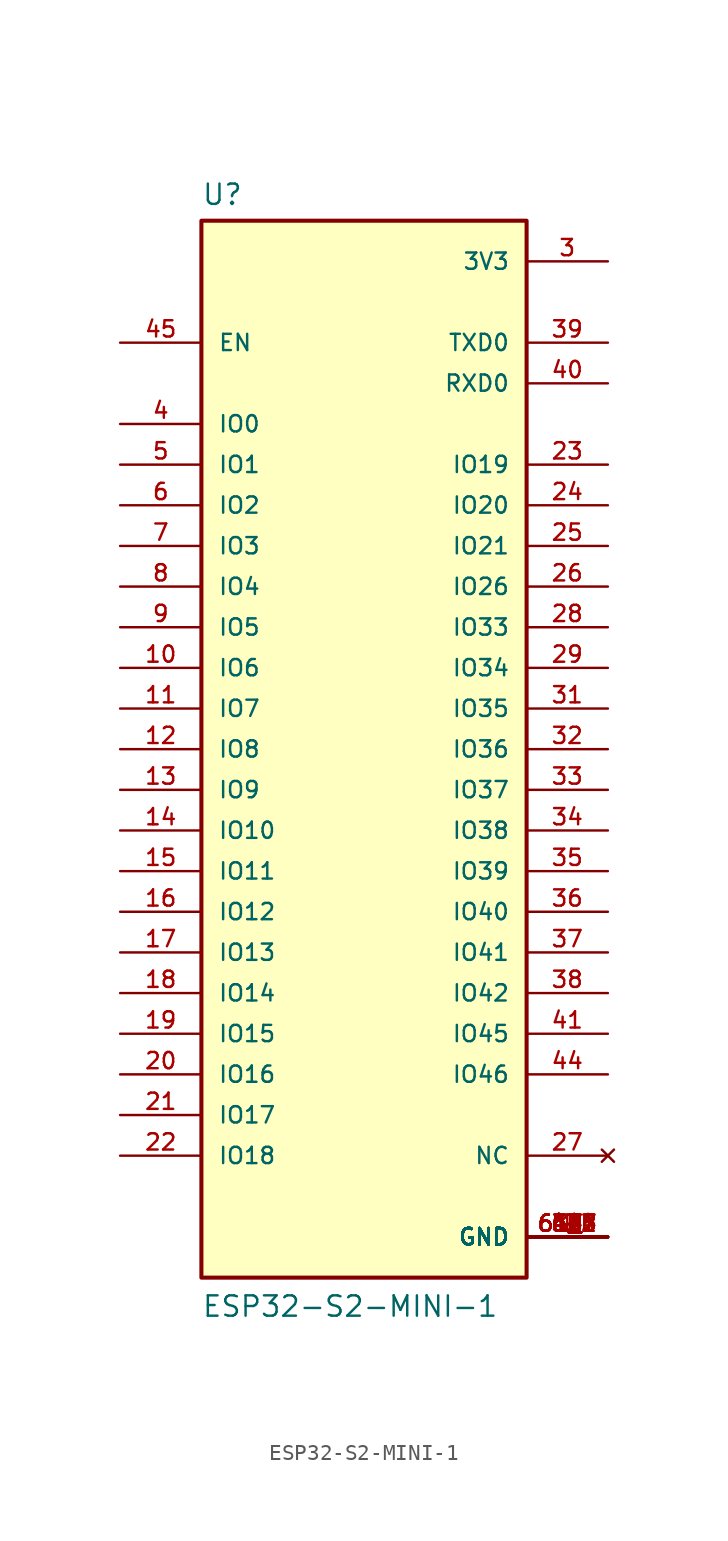
<source format=kicad_sym>
(kicad_symbol_lib
  (version 20211014)
  (generator kicad_symbol_editor)
  (symbol "ESP32-S2-MINI-1"
    (pin_names
      (offset 1.016))
    (property "Reference" "U"
      (at -10.16 33.909 0)
      (effects (font (size 1.27 1.27)) (justify left bottom)))
    (property "Value" "ESP32-S2-MINI-1"
      (at -10.16 -35.56 0)
      (effects (font (size 1.27 1.27)) (justify left bottom)))
    (property "ki_locked" ""
      (at 0 0 0)
      (effects (font (size 1.27 1.27))))
    (symbol "ESP32-S2-MINI-1_0_0"
      (rectangle (start -10.16 -33.02) (end 10.16 33.02) (stroke (width 0.254) (type default) (color 0 0 0 0)) (fill (type background)))
      (pin power_in line (at 15.24 -30.48 180) (length 5.08) (name "GND" (effects (font (size 1.016 1.016)))) (number "1" (effects (font (size 1.016 1.016)))))
      (pin bidirectional line (at -15.24 5.08 0) (length 5.08) (name "IO6" (effects (font (size 1.016 1.016)))) (number "10" (effects (font (size 1.016 1.016)))))
      (pin bidirectional line (at -15.24 2.54 0) (length 5.08) (name "IO7" (effects (font (size 1.016 1.016)))) (number "11" (effects (font (size 1.016 1.016)))))
      (pin bidirectional line (at -15.24 0 0) (length 5.08) (name "IO8" (effects (font (size 1.016 1.016)))) (number "12" (effects (font (size 1.016 1.016)))))
      (pin bidirectional line (at -15.24 -2.54 0) (length 5.08) (name "IO9" (effects (font (size 1.016 1.016)))) (number "13" (effects (font (size 1.016 1.016)))))
      (pin bidirectional line (at -15.24 -5.08 0) (length 5.08) (name "IO10" (effects (font (size 1.016 1.016)))) (number "14" (effects (font (size 1.016 1.016)))))
      (pin bidirectional line (at -15.24 -7.62 0) (length 5.08) (name "IO11" (effects (font (size 1.016 1.016)))) (number "15" (effects (font (size 1.016 1.016)))))
      (pin bidirectional line (at -15.24 -10.16 0) (length 5.08) (name "IO12" (effects (font (size 1.016 1.016)))) (number "16" (effects (font (size 1.016 1.016)))))
      (pin bidirectional line (at -15.24 -12.7 0) (length 5.08) (name "IO13" (effects (font (size 1.016 1.016)))) (number "17" (effects (font (size 1.016 1.016)))))
      (pin bidirectional line (at -15.24 -15.24 0) (length 5.08) (name "IO14" (effects (font (size 1.016 1.016)))) (number "18" (effects (font (size 1.016 1.016)))))
      (pin bidirectional line (at -15.24 -17.78 0) (length 5.08) (name "IO15" (effects (font (size 1.016 1.016)))) (number "19" (effects (font (size 1.016 1.016)))))
      (pin power_in line (at 15.24 -30.48 180) (length 5.08) (name "GND" (effects (font (size 1.016 1.016)))) (number "2" (effects (font (size 1.016 1.016)))))
      (pin bidirectional line (at -15.24 -20.32 0) (length 5.08) (name "IO16" (effects (font (size 1.016 1.016)))) (number "20" (effects (font (size 1.016 1.016)))))
      (pin bidirectional line (at -15.24 -22.86 0) (length 5.08) (name "IO17" (effects (font (size 1.016 1.016)))) (number "21" (effects (font (size 1.016 1.016)))))
      (pin bidirectional line (at -15.24 -25.4 0) (length 5.08) (name "IO18" (effects (font (size 1.016 1.016)))) (number "22" (effects (font (size 1.016 1.016)))))
      (pin bidirectional line (at 15.24 17.78 180) (length 5.08) (name "IO19" (effects (font (size 1.016 1.016)))) (number "23" (effects (font (size 1.016 1.016)))))
      (pin bidirectional line (at 15.24 15.24 180) (length 5.08) (name "IO20" (effects (font (size 1.016 1.016)))) (number "24" (effects (font (size 1.016 1.016)))))
      (pin bidirectional line (at 15.24 12.7 180) (length 5.08) (name "IO21" (effects (font (size 1.016 1.016)))) (number "25" (effects (font (size 1.016 1.016)))))
      (pin bidirectional line (at 15.24 10.16 180) (length 5.08) (name "IO26" (effects (font (size 1.016 1.016)))) (number "26" (effects (font (size 1.016 1.016)))))
      (pin no_connect line (at 15.24 -25.4 180) (length 5.08) (name "NC" (effects (font (size 1.016 1.016)))) (number "27" (effects (font (size 1.016 1.016)))))
      (pin bidirectional line (at 15.24 7.62 180) (length 5.08) (name "IO33" (effects (font (size 1.016 1.016)))) (number "28" (effects (font (size 1.016 1.016)))))
      (pin bidirectional line (at 15.24 5.08 180) (length 5.08) (name "IO34" (effects (font (size 1.016 1.016)))) (number "29" (effects (font (size 1.016 1.016)))))
      (pin power_in line (at 15.24 30.48 180) (length 5.08) (name "3V3" (effects (font (size 1.016 1.016)))) (number "3" (effects (font (size 1.016 1.016)))))
      (pin power_in line (at 15.24 -30.48 180) (length 5.08) (name "GND" (effects (font (size 1.016 1.016)))) (number "30" (effects (font (size 1.016 1.016)))))
      (pin bidirectional line (at 15.24 2.54 180) (length 5.08) (name "IO35" (effects (font (size 1.016 1.016)))) (number "31" (effects (font (size 1.016 1.016)))))
      (pin bidirectional line (at 15.24 0 180) (length 5.08) (name "IO36" (effects (font (size 1.016 1.016)))) (number "32" (effects (font (size 1.016 1.016)))))
      (pin bidirectional line (at 15.24 -2.54 180) (length 5.08) (name "IO37" (effects (font (size 1.016 1.016)))) (number "33" (effects (font (size 1.016 1.016)))))
      (pin bidirectional line (at 15.24 -5.08 180) (length 5.08) (name "IO38" (effects (font (size 1.016 1.016)))) (number "34" (effects (font (size 1.016 1.016)))))
      (pin bidirectional line (at 15.24 -7.62 180) (length 5.08) (name "IO39" (effects (font (size 1.016 1.016)))) (number "35" (effects (font (size 1.016 1.016)))))
      (pin bidirectional line (at 15.24 -10.16 180) (length 5.08) (name "IO40" (effects (font (size 1.016 1.016)))) (number "36" (effects (font (size 1.016 1.016)))))
      (pin bidirectional line (at 15.24 -12.7 180) (length 5.08) (name "IO41" (effects (font (size 1.016 1.016)))) (number "37" (effects (font (size 1.016 1.016)))))
      (pin bidirectional line (at 15.24 -15.24 180) (length 5.08) (name "IO42" (effects (font (size 1.016 1.016)))) (number "38" (effects (font (size 1.016 1.016)))))
      (pin bidirectional line (at 15.24 25.4 180) (length 5.08) (name "TXD0" (effects (font (size 1.016 1.016)))) (number "39" (effects (font (size 1.016 1.016)))))
      (pin bidirectional line (at -15.24 20.32 0) (length 5.08) (name "IO0" (effects (font (size 1.016 1.016)))) (number "4" (effects (font (size 1.016 1.016)))))
      (pin bidirectional line (at 15.24 22.86 180) (length 5.08) (name "RXD0" (effects (font (size 1.016 1.016)))) (number "40" (effects (font (size 1.016 1.016)))))
      (pin bidirectional line (at 15.24 -17.78 180) (length 5.08) (name "IO45" (effects (font (size 1.016 1.016)))) (number "41" (effects (font (size 1.016 1.016)))))
      (pin power_in line (at 15.24 -30.48 180) (length 5.08) (name "GND" (effects (font (size 1.016 1.016)))) (number "42" (effects (font (size 1.016 1.016)))))
      (pin power_in line (at 15.24 -30.48 180) (length 5.08) (name "GND" (effects (font (size 1.016 1.016)))) (number "43" (effects (font (size 1.016 1.016)))))
      (pin input line (at 15.24 -20.32 180) (length 5.08) (name "IO46" (effects (font (size 1.016 1.016)))) (number "44" (effects (font (size 1.016 1.016)))))
      (pin input line (at -15.24 25.4 0) (length 5.08) (name "EN" (effects (font (size 1.016 1.016)))) (number "45" (effects (font (size 1.016 1.016)))))
      (pin power_in line (at 15.24 -30.48 180) (length 5.08) (name "GND" (effects (font (size 1.016 1.016)))) (number "46" (effects (font (size 1.016 1.016)))))
      (pin power_in line (at 15.24 -30.48 180) (length 5.08) (name "GND" (effects (font (size 1.016 1.016)))) (number "47" (effects (font (size 1.016 1.016)))))
      (pin power_in line (at 15.24 -30.48 180) (length 5.08) (name "GND" (effects (font (size 1.016 1.016)))) (number "48" (effects (font (size 1.016 1.016)))))
      (pin power_in line (at 15.24 -30.48 180) (length 5.08) (name "GND" (effects (font (size 1.016 1.016)))) (number "49" (effects (font (size 1.016 1.016)))))
      (pin bidirectional line (at -15.24 17.78 0) (length 5.08) (name "IO1" (effects (font (size 1.016 1.016)))) (number "5" (effects (font (size 1.016 1.016)))))
      (pin power_in line (at 15.24 -30.48 180) (length 5.08) (name "GND" (effects (font (size 1.016 1.016)))) (number "50" (effects (font (size 1.016 1.016)))))
      (pin power_in line (at 15.24 -30.48 180) (length 5.08) (name "GND" (effects (font (size 1.016 1.016)))) (number "51" (effects (font (size 1.016 1.016)))))
      (pin power_in line (at 15.24 -30.48 180) (length 5.08) (name "GND" (effects (font (size 1.016 1.016)))) (number "52" (effects (font (size 1.016 1.016)))))
      (pin power_in line (at 15.24 -30.48 180) (length 5.08) (name "GND" (effects (font (size 1.016 1.016)))) (number "53" (effects (font (size 1.016 1.016)))))
      (pin power_in line (at 15.24 -30.48 180) (length 5.08) (name "GND" (effects (font (size 1.016 1.016)))) (number "54" (effects (font (size 1.016 1.016)))))
      (pin power_in line (at 15.24 -30.48 180) (length 5.08) (name "GND" (effects (font (size 1.016 1.016)))) (number "55" (effects (font (size 1.016 1.016)))))
      (pin power_in line (at 15.24 -30.48 180) (length 5.08) (name "GND" (effects (font (size 1.016 1.016)))) (number "56" (effects (font (size 1.016 1.016)))))
      (pin power_in line (at 15.24 -30.48 180) (length 5.08) (name "GND" (effects (font (size 1.016 1.016)))) (number "57" (effects (font (size 1.016 1.016)))))
      (pin power_in line (at 15.24 -30.48 180) (length 5.08) (name "GND" (effects (font (size 1.016 1.016)))) (number "58" (effects (font (size 1.016 1.016)))))
      (pin power_in line (at 15.24 -30.48 180) (length 5.08) (name "GND" (effects (font (size 1.016 1.016)))) (number "59" (effects (font (size 1.016 1.016)))))
      (pin bidirectional line (at -15.24 15.24 0) (length 5.08) (name "IO2" (effects (font (size 1.016 1.016)))) (number "6" (effects (font (size 1.016 1.016)))))
      (pin power_in line (at 15.24 -30.48 180) (length 5.08) (name "GND" (effects (font (size 1.016 1.016)))) (number "60" (effects (font (size 1.016 1.016)))))
      (pin power_in line (at 15.24 -30.48 180) (length 5.08) (name "GND" (effects (font (size 1.016 1.016)))) (number "61" (effects (font (size 1.016 1.016)))))
      (pin power_in line (at 15.24 -30.48 180) (length 5.08) (name "GND" (effects (font (size 1.016 1.016)))) (number "61_1" (effects (font (size 1.016 1.016)))))
      (pin power_in line (at 15.24 -30.48 180) (length 5.08) (name "GND" (effects (font (size 1.016 1.016)))) (number "61_2" (effects (font (size 1.016 1.016)))))
      (pin power_in line (at 15.24 -30.48 180) (length 5.08) (name "GND" (effects (font (size 1.016 1.016)))) (number "61_3" (effects (font (size 1.016 1.016)))))
      (pin power_in line (at 15.24 -30.48 180) (length 5.08) (name "GND" (effects (font (size 1.016 1.016)))) (number "61_4" (effects (font (size 1.016 1.016)))))
      (pin power_in line (at 15.24 -30.48 180) (length 5.08) (name "GND" (effects (font (size 1.016 1.016)))) (number "61_5" (effects (font (size 1.016 1.016)))))
      (pin power_in line (at 15.24 -30.48 180) (length 5.08) (name "GND" (effects (font (size 1.016 1.016)))) (number "61_6" (effects (font (size 1.016 1.016)))))
      (pin power_in line (at 15.24 -30.48 180) (length 5.08) (name "GND" (effects (font (size 1.016 1.016)))) (number "61_7" (effects (font (size 1.016 1.016)))))
      (pin power_in line (at 15.24 -30.48 180) (length 5.08) (name "GND" (effects (font (size 1.016 1.016)))) (number "61_8" (effects (font (size 1.016 1.016)))))
      (pin power_in line (at 15.24 -30.48 180) (length 5.08) (name "GND" (effects (font (size 1.016 1.016)))) (number "62" (effects (font (size 1.016 1.016)))))
      (pin power_in line (at 15.24 -30.48 180) (length 5.08) (name "GND" (effects (font (size 1.016 1.016)))) (number "63" (effects (font (size 1.016 1.016)))))
      (pin power_in line (at 15.24 -30.48 180) (length 5.08) (name "GND" (effects (font (size 1.016 1.016)))) (number "64" (effects (font (size 1.016 1.016)))))
      (pin power_in line (at 15.24 -30.48 180) (length 5.08) (name "GND" (effects (font (size 1.016 1.016)))) (number "65" (effects (font (size 1.016 1.016)))))
      (pin bidirectional line (at -15.24 12.7 0) (length 5.08) (name "IO3" (effects (font (size 1.016 1.016)))) (number "7" (effects (font (size 1.016 1.016)))))
      (pin bidirectional line (at -15.24 10.16 0) (length 5.08) (name "IO4" (effects (font (size 1.016 1.016)))) (number "8" (effects (font (size 1.016 1.016)))))
      (pin bidirectional line (at -15.24 7.62 0) (length 5.08) (name "IO5" (effects (font (size 1.016 1.016)))) (number "9" (effects (font (size 1.016 1.016))))))))
</source>
